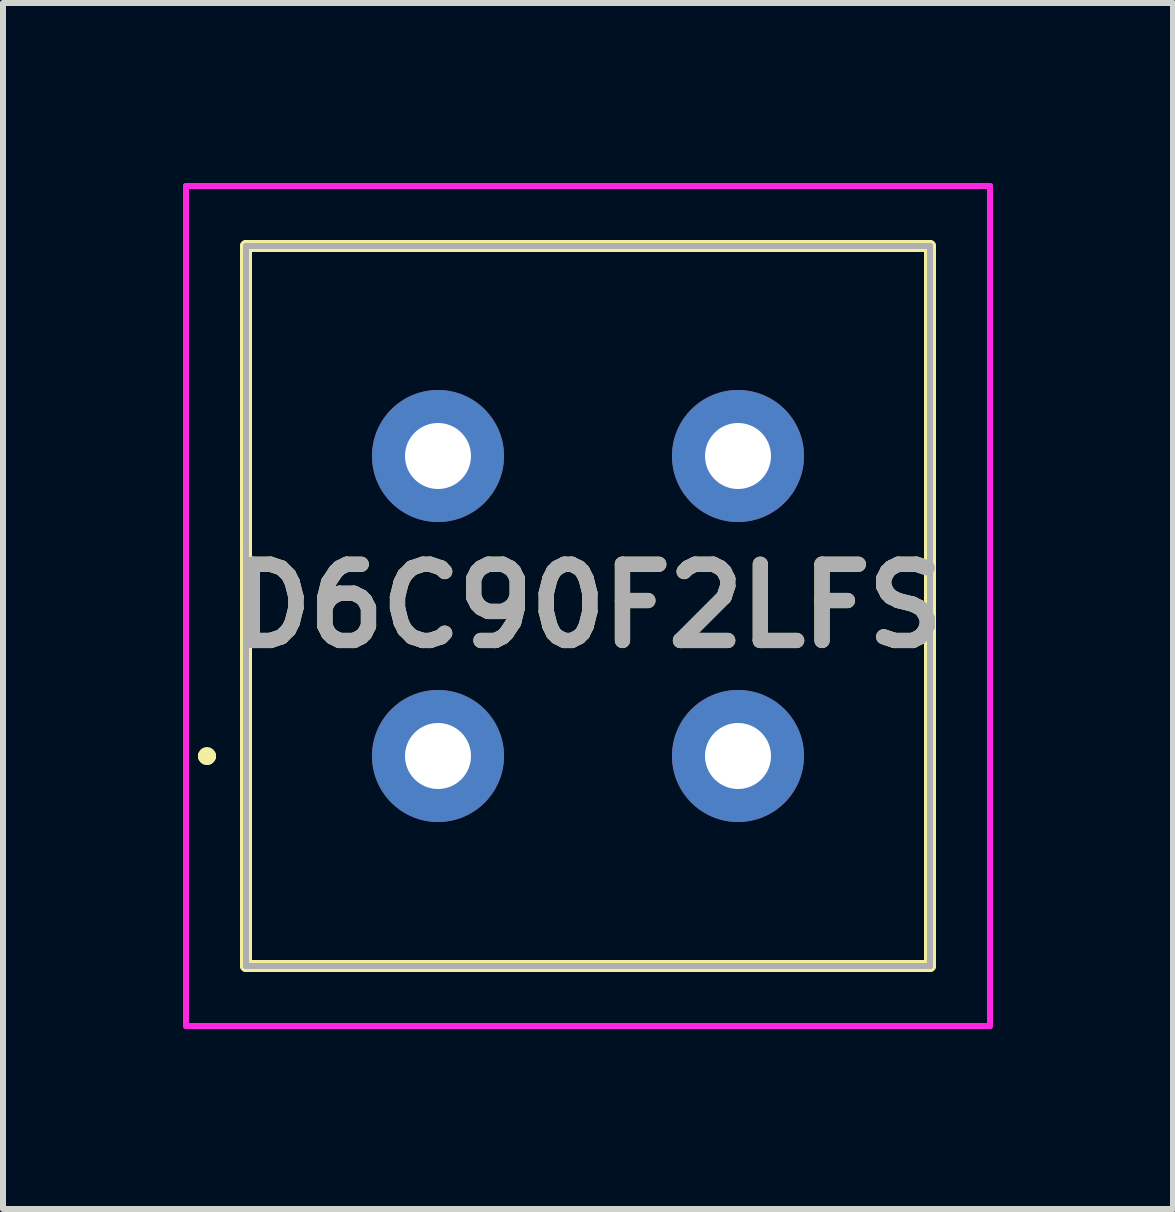
<source format=kicad_pcb>
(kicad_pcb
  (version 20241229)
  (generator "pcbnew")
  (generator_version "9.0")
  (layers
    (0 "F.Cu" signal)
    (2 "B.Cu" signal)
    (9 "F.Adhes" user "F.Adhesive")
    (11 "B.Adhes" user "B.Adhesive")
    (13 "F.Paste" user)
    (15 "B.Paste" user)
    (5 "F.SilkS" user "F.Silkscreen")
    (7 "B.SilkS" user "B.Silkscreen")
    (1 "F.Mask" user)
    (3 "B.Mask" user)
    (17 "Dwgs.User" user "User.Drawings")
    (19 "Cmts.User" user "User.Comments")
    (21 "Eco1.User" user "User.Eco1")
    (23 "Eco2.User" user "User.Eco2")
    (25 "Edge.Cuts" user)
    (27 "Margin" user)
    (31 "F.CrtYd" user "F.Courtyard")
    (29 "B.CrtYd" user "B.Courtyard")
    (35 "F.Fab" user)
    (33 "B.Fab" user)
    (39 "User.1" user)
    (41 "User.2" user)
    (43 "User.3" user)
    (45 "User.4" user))
  (footprint "D6C90F2LFS"
    (layer "F.Cu")
    (at 4.25 9.55)
    (property "Reference" "D6C90F2LFS" (at 2.5 -2.5 0) (layer "F.SilkS") (effects (font (size 1.27 1.27) (thickness 0.254))))
    (attr through_hole)
    (fp_line (start -3.9 0) (end -3.9 0) (stroke (width 0.2) (type solid)) (layer "F.SilkS"))
    (fp_line (start -3.9 0) (end -3.9 0) (stroke (width 0.2) (type solid)) (layer "F.SilkS"))
    (fp_line (start -3.8 0) (end -3.8 0) (stroke (width 0.2) (type solid)) (layer "F.SilkS"))
    (fp_line (start -3.2 -8.5) (end 8.2 -8.5) (stroke (width 0.2) (type solid)) (layer "F.SilkS"))
    (fp_line (start -3.2 3.5) (end -3.2 -8.5) (stroke (width 0.2) (type solid)) (layer "F.SilkS"))
    (fp_line (start 8.2 -8.5) (end 8.2 3.5) (stroke (width 0.2) (type solid)) (layer "F.SilkS"))
    (fp_line (start 8.2 3.5) (end -3.2 3.5) (stroke (width 0.2) (type solid)) (layer "F.SilkS"))
    (fp_arc (start -3.9 0) (mid -3.85 -0.05) (end -3.8 0) (stroke (width 0.2) (type solid)) (layer "F.SilkS"))
    (fp_arc (start -3.8 0) (mid -3.85 0.05) (end -3.9 0) (stroke (width 0.2) (type solid)) (layer "F.SilkS"))
    (fp_arc (start -3.8 0) (mid -3.85 0.05) (end -3.9 0) (stroke (width 0.2) (type solid)) (layer "F.SilkS"))
    (fp_line (start -4.2 -9.5) (end 9.2 -9.5) (stroke (width 0.1) (type solid)) (layer "F.CrtYd"))
    (fp_line (start -4.2 4.5) (end -4.2 -9.5) (stroke (width 0.1) (type solid)) (layer "F.CrtYd"))
    (fp_line (start 9.2 -9.5) (end 9.2 4.5) (stroke (width 0.1) (type solid)) (layer "F.CrtYd"))
    (fp_line (start 9.2 4.5) (end -4.2 4.5) (stroke (width 0.1) (type solid)) (layer "F.CrtYd"))
    (fp_line (start -3.2 -8.5) (end 8.2 -8.5) (stroke (width 0.1) (type solid)) (layer "F.Fab"))
    (fp_line (start -3.2 3.5) (end -3.2 -8.5) (stroke (width 0.1) (type solid)) (layer "F.Fab"))
    (fp_line (start 8.2 -8.5) (end 8.2 3.5) (stroke (width 0.1) (type solid)) (layer "F.Fab"))
    (fp_line (start 8.2 3.5) (end -3.2 3.5) (stroke (width 0.1) (type solid)) (layer "F.Fab"))
    (fp_text user "${REFERENCE}" (at 2.5 -2.5 0) (layer "F.Fab") (effects (font (size 1.27 1.27) (thickness 0.254))))
    (pad "1" thru_hole circle (at 0 0) (size 2.2 2.2) (drill 1.1) (layers "*.Cu" "*.Mask"))
    (pad "2" thru_hole circle (at 5 0) (size 2.2 2.2) (drill 1.1) (layers "*.Cu" "*.Mask"))
    (pad "3" thru_hole circle (at 0 -5) (size 2.2 2.2) (drill 1.1) (layers "*.Cu" "*.Mask"))
    (pad "4" thru_hole circle (at 5 -5) (size 2.2 2.2) (drill 1.1) (layers "*.Cu" "*.Mask")))
  (gr_rect
    (start -3 -3)
    (end 16.5 17.1)
    (stroke (width 0.1) (type default))
    (fill no)
    (layer "Edge.Cuts")))
</source>
